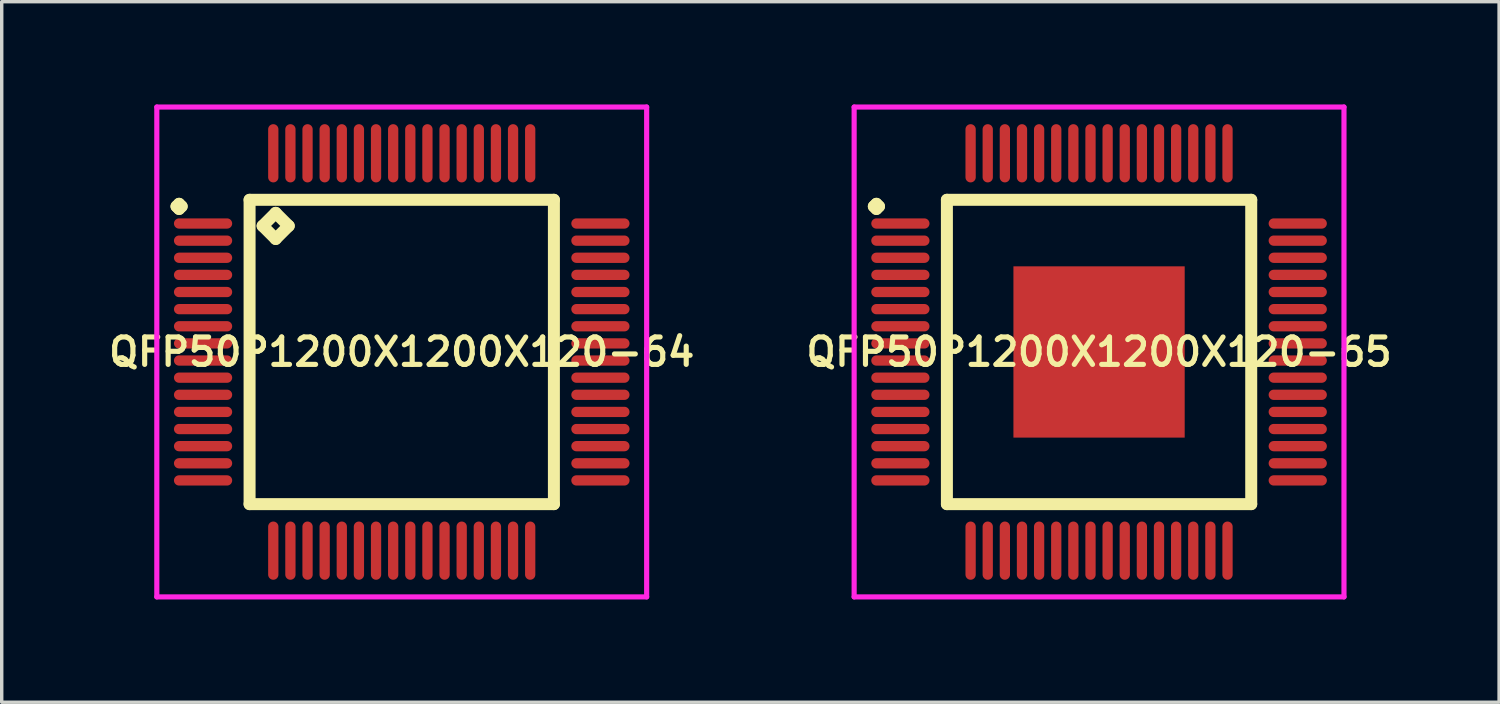
<source format=kicad_pcb>
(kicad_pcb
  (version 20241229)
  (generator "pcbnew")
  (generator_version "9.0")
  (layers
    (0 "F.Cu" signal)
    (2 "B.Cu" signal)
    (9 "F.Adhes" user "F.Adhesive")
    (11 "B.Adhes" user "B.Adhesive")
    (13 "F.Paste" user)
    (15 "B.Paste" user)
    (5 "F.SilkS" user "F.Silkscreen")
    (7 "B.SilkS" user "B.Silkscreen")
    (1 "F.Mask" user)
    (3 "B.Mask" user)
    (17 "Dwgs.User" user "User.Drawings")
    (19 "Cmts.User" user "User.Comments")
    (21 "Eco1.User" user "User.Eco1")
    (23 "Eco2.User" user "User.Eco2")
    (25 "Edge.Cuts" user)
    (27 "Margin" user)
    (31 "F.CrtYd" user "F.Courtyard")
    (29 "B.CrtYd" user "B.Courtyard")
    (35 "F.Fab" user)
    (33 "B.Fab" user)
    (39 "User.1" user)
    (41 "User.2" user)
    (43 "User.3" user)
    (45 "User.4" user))
  (footprint "QFP50P1200X1200X120-65"
    (layer "F.Cu")
    (at 29.035 7.225)
    (property "Reference" "QFP50P1200X1200X120-65" (at 0 0 0) (layer "F.SilkS") (effects (font (size 0.8 0.8) (thickness 0.15))))
    (attr smd)
    (fp_line (start -6.575 -4.25) (end -6.5 -4.325) (stroke (width 0.35) (type solid)) (layer "F.SilkS"))
    (fp_line (start -6.5 -4.325) (end -6.425 -4.25) (stroke (width 0.35) (type solid)) (layer "F.SilkS"))
    (fp_line (start -6.5 -4.175) (end -6.575 -4.25) (stroke (width 0.35) (type solid)) (layer "F.SilkS"))
    (fp_line (start -6.425 -4.25) (end -6.5 -4.175) (stroke (width 0.35) (type solid)) (layer "F.SilkS"))
    (fp_line (start -4.442 -4.442) (end -4.442 4.442) (stroke (width 0.35) (type solid)) (layer "F.SilkS"))
    (fp_line (start -4.442 4.442) (end 4.442 4.442) (stroke (width 0.35) (type solid)) (layer "F.SilkS"))
    (fp_line (start 4.442 -4.442) (end -4.442 -4.442) (stroke (width 0.35) (type solid)) (layer "F.SilkS"))
    (fp_line (start 4.442 4.442) (end 4.442 -4.442) (stroke (width 0.35) (type solid)) (layer "F.SilkS"))
    (fp_line (start -7.15 -7.15) (end 7.15 -7.15) (stroke (width 0.15) (type solid)) (layer "F.CrtYd"))
    (fp_line (start -7.15 7.15) (end -7.15 -7.15) (stroke (width 0.15) (type solid)) (layer "F.CrtYd"))
    (fp_line (start 7.15 -7.15) (end 7.15 7.15) (stroke (width 0.15) (type solid)) (layer "F.CrtYd"))
    (fp_line (start 7.15 7.15) (end -7.15 7.15) (stroke (width 0.15) (type solid)) (layer "F.CrtYd"))
    (pad "1" smd oval (at -5.8 -3.75) (size 1.7 0.3) (layers "F.Cu" "F.Mask" "F.Paste"))
    (pad "2" smd oval (at -5.8 -3.25) (size 1.7 0.3) (layers "F.Cu" "F.Mask" "F.Paste"))
    (pad "3" smd oval (at -5.8 -2.75) (size 1.7 0.3) (layers "F.Cu" "F.Mask" "F.Paste"))
    (pad "4" smd oval (at -5.8 -2.25) (size 1.7 0.3) (layers "F.Cu" "F.Mask" "F.Paste"))
    (pad "5" smd oval (at -5.8 -1.75) (size 1.7 0.3) (layers "F.Cu" "F.Mask" "F.Paste"))
    (pad "6" smd oval (at -5.8 -1.25) (size 1.7 0.3) (layers "F.Cu" "F.Mask" "F.Paste"))
    (pad "7" smd oval (at -5.8 -0.75) (size 1.7 0.3) (layers "F.Cu" "F.Mask" "F.Paste"))
    (pad "8" smd oval (at -5.8 -0.25) (size 1.7 0.3) (layers "F.Cu" "F.Mask" "F.Paste"))
    (pad "9" smd oval (at -5.8 0.25) (size 1.7 0.3) (layers "F.Cu" "F.Mask" "F.Paste"))
    (pad "10" smd oval (at -5.8 0.75) (size 1.7 0.3) (layers "F.Cu" "F.Mask" "F.Paste"))
    (pad "11" smd oval (at -5.8 1.25) (size 1.7 0.3) (layers "F.Cu" "F.Mask" "F.Paste"))
    (pad "12" smd oval (at -5.8 1.75) (size 1.7 0.3) (layers "F.Cu" "F.Mask" "F.Paste"))
    (pad "13" smd oval (at -5.8 2.25) (size 1.7 0.3) (layers "F.Cu" "F.Mask" "F.Paste"))
    (pad "14" smd oval (at -5.8 2.75) (size 1.7 0.3) (layers "F.Cu" "F.Mask" "F.Paste"))
    (pad "15" smd oval (at -5.8 3.25) (size 1.7 0.3) (layers "F.Cu" "F.Mask" "F.Paste"))
    (pad "16" smd oval (at -5.8 3.75) (size 1.7 0.3) (layers "F.Cu" "F.Mask" "F.Paste"))
    (pad "17" smd oval (at -3.75 5.8) (size 0.3 1.7) (layers "F.Cu" "F.Mask" "F.Paste"))
    (pad "18" smd oval (at -3.25 5.8) (size 0.3 1.7) (layers "F.Cu" "F.Mask" "F.Paste"))
    (pad "19" smd oval (at -2.75 5.8) (size 0.3 1.7) (layers "F.Cu" "F.Mask" "F.Paste"))
    (pad "20" smd oval (at -2.25 5.8) (size 0.3 1.7) (layers "F.Cu" "F.Mask" "F.Paste"))
    (pad "21" smd oval (at -1.75 5.8) (size 0.3 1.7) (layers "F.Cu" "F.Mask" "F.Paste"))
    (pad "22" smd oval (at -1.25 5.8) (size 0.3 1.7) (layers "F.Cu" "F.Mask" "F.Paste"))
    (pad "23" smd oval (at -0.75 5.8) (size 0.3 1.7) (layers "F.Cu" "F.Mask" "F.Paste"))
    (pad "24" smd oval (at -0.25 5.8) (size 0.3 1.7) (layers "F.Cu" "F.Mask" "F.Paste"))
    (pad "25" smd oval (at 0.25 5.8) (size 0.3 1.7) (layers "F.Cu" "F.Mask" "F.Paste"))
    (pad "26" smd oval (at 0.75 5.8) (size 0.3 1.7) (layers "F.Cu" "F.Mask" "F.Paste"))
    (pad "27" smd oval (at 1.25 5.8) (size 0.3 1.7) (layers "F.Cu" "F.Mask" "F.Paste"))
    (pad "28" smd oval (at 1.75 5.8) (size 0.3 1.7) (layers "F.Cu" "F.Mask" "F.Paste"))
    (pad "29" smd oval (at 2.25 5.8) (size 0.3 1.7) (layers "F.Cu" "F.Mask" "F.Paste"))
    (pad "30" smd oval (at 2.75 5.8) (size 0.3 1.7) (layers "F.Cu" "F.Mask" "F.Paste"))
    (pad "31" smd oval (at 3.25 5.8) (size 0.3 1.7) (layers "F.Cu" "F.Mask" "F.Paste"))
    (pad "32" smd oval (at 3.75 5.8) (size 0.3 1.7) (layers "F.Cu" "F.Mask" "F.Paste"))
    (pad "33" smd oval (at 5.8 3.75) (size 1.7 0.3) (layers "F.Cu" "F.Mask" "F.Paste"))
    (pad "34" smd oval (at 5.8 3.25) (size 1.7 0.3) (layers "F.Cu" "F.Mask" "F.Paste"))
    (pad "35" smd oval (at 5.8 2.75) (size 1.7 0.3) (layers "F.Cu" "F.Mask" "F.Paste"))
    (pad "36" smd oval (at 5.8 2.25) (size 1.7 0.3) (layers "F.Cu" "F.Mask" "F.Paste"))
    (pad "37" smd oval (at 5.8 1.75) (size 1.7 0.3) (layers "F.Cu" "F.Mask" "F.Paste"))
    (pad "38" smd oval (at 5.8 1.25) (size 1.7 0.3) (layers "F.Cu" "F.Mask" "F.Paste"))
    (pad "39" smd oval (at 5.8 0.75) (size 1.7 0.3) (layers "F.Cu" "F.Mask" "F.Paste"))
    (pad "40" smd oval (at 5.8 0.25) (size 1.7 0.3) (layers "F.Cu" "F.Mask" "F.Paste"))
    (pad "41" smd oval (at 5.8 -0.25) (size 1.7 0.3) (layers "F.Cu" "F.Mask" "F.Paste"))
    (pad "42" smd oval (at 5.8 -0.75) (size 1.7 0.3) (layers "F.Cu" "F.Mask" "F.Paste"))
    (pad "43" smd oval (at 5.8 -1.25) (size 1.7 0.3) (layers "F.Cu" "F.Mask" "F.Paste"))
    (pad "44" smd oval (at 5.8 -1.75) (size 1.7 0.3) (layers "F.Cu" "F.Mask" "F.Paste"))
    (pad "45" smd oval (at 5.8 -2.25) (size 1.7 0.3) (layers "F.Cu" "F.Mask" "F.Paste"))
    (pad "46" smd oval (at 5.8 -2.75) (size 1.7 0.3) (layers "F.Cu" "F.Mask" "F.Paste"))
    (pad "47" smd oval (at 5.8 -3.25) (size 1.7 0.3) (layers "F.Cu" "F.Mask" "F.Paste"))
    (pad "48" smd oval (at 5.8 -3.75) (size 1.7 0.3) (layers "F.Cu" "F.Mask" "F.Paste"))
    (pad "49" smd oval (at 3.75 -5.8) (size 0.3 1.7) (layers "F.Cu" "F.Mask" "F.Paste"))
    (pad "50" smd oval (at 3.25 -5.8) (size 0.3 1.7) (layers "F.Cu" "F.Mask" "F.Paste"))
    (pad "51" smd oval (at 2.75 -5.8) (size 0.3 1.7) (layers "F.Cu" "F.Mask" "F.Paste"))
    (pad "52" smd oval (at 2.25 -5.8) (size 0.3 1.7) (layers "F.Cu" "F.Mask" "F.Paste"))
    (pad "53" smd oval (at 1.75 -5.8) (size 0.3 1.7) (layers "F.Cu" "F.Mask" "F.Paste"))
    (pad "54" smd oval (at 1.25 -5.8) (size 0.3 1.7) (layers "F.Cu" "F.Mask" "F.Paste"))
    (pad "55" smd oval (at 0.75 -5.8) (size 0.3 1.7) (layers "F.Cu" "F.Mask" "F.Paste"))
    (pad "56" smd oval (at 0.25 -5.8) (size 0.3 1.7) (layers "F.Cu" "F.Mask" "F.Paste"))
    (pad "57" smd oval (at -0.25 -5.8) (size 0.3 1.7) (layers "F.Cu" "F.Mask" "F.Paste"))
    (pad "58" smd oval (at -0.75 -5.8) (size 0.3 1.7) (layers "F.Cu" "F.Mask" "F.Paste"))
    (pad "59" smd oval (at -1.25 -5.8) (size 0.3 1.7) (layers "F.Cu" "F.Mask" "F.Paste"))
    (pad "60" smd oval (at -1.75 -5.8) (size 0.3 1.7) (layers "F.Cu" "F.Mask" "F.Paste"))
    (pad "61" smd oval (at -2.25 -5.8) (size 0.3 1.7) (layers "F.Cu" "F.Mask" "F.Paste"))
    (pad "62" smd oval (at -2.75 -5.8) (size 0.3 1.7) (layers "F.Cu" "F.Mask" "F.Paste"))
    (pad "63" smd oval (at -3.25 -5.8) (size 0.3 1.7) (layers "F.Cu" "F.Mask" "F.Paste"))
    (pad "64" smd oval (at -3.75 -5.8) (size 0.3 1.7) (layers "F.Cu" "F.Mask" "F.Paste"))
    (pad "65" smd rect (at 0 0) (size 5 5) (layers "F.Cu" "F.Mask" "F.Paste")))
  (footprint "QFP50P1200X1200X120-64"
    (layer "F.Cu")
    (at 8.678 7.225)
    (property "Reference" "QFP50P1200X1200X120-64" (at 0 0 0) (layer "F.SilkS") (effects (font (size 0.8 0.8) (thickness 0.15))))
    (attr smd)
    (fp_line (start -6.575 -4.25) (end -6.5 -4.325) (stroke (width 0.35) (type solid)) (layer "F.SilkS"))
    (fp_line (start -6.5 -4.325) (end -6.425 -4.25) (stroke (width 0.35) (type solid)) (layer "F.SilkS"))
    (fp_line (start -6.5 -4.175) (end -6.575 -4.25) (stroke (width 0.35) (type solid)) (layer "F.SilkS"))
    (fp_line (start -6.425 -4.25) (end -6.5 -4.175) (stroke (width 0.35) (type solid)) (layer "F.SilkS"))
    (fp_line (start -4.442 -4.442) (end -4.442 4.442) (stroke (width 0.35) (type solid)) (layer "F.SilkS"))
    (fp_line (start -4.442 4.442) (end 4.442 4.442) (stroke (width 0.35) (type solid)) (layer "F.SilkS"))
    (fp_line (start -4.061 -3.68) (end -3.68 -4.061) (stroke (width 0.35) (type solid)) (layer "F.SilkS"))
    (fp_line (start -3.68 -4.061) (end -3.299 -3.68) (stroke (width 0.35) (type solid)) (layer "F.SilkS"))
    (fp_line (start -3.68 -3.299) (end -4.061 -3.68) (stroke (width 0.35) (type solid)) (layer "F.SilkS"))
    (fp_line (start -3.299 -3.68) (end -3.68 -3.299) (stroke (width 0.35) (type solid)) (layer "F.SilkS"))
    (fp_line (start 4.442 -4.442) (end -4.442 -4.442) (stroke (width 0.35) (type solid)) (layer "F.SilkS"))
    (fp_line (start 4.442 4.442) (end 4.442 -4.442) (stroke (width 0.35) (type solid)) (layer "F.SilkS"))
    (fp_line (start -7.15 -7.15) (end 7.15 -7.15) (stroke (width 0.15) (type solid)) (layer "F.CrtYd"))
    (fp_line (start -7.15 7.15) (end -7.15 -7.15) (stroke (width 0.15) (type solid)) (layer "F.CrtYd"))
    (fp_line (start 7.15 -7.15) (end 7.15 7.15) (stroke (width 0.15) (type solid)) (layer "F.CrtYd"))
    (fp_line (start 7.15 7.15) (end -7.15 7.15) (stroke (width 0.15) (type solid)) (layer "F.CrtYd"))
    (pad "1" smd oval (at -5.8 -3.75) (size 1.7 0.3) (layers "F.Cu" "F.Mask" "F.Paste"))
    (pad "2" smd oval (at -5.8 -3.25) (size 1.7 0.3) (layers "F.Cu" "F.Mask" "F.Paste"))
    (pad "3" smd oval (at -5.8 -2.75) (size 1.7 0.3) (layers "F.Cu" "F.Mask" "F.Paste"))
    (pad "4" smd oval (at -5.8 -2.25) (size 1.7 0.3) (layers "F.Cu" "F.Mask" "F.Paste"))
    (pad "5" smd oval (at -5.8 -1.75) (size 1.7 0.3) (layers "F.Cu" "F.Mask" "F.Paste"))
    (pad "6" smd oval (at -5.8 -1.25) (size 1.7 0.3) (layers "F.Cu" "F.Mask" "F.Paste"))
    (pad "7" smd oval (at -5.8 -0.75) (size 1.7 0.3) (layers "F.Cu" "F.Mask" "F.Paste"))
    (pad "8" smd oval (at -5.8 -0.25) (size 1.7 0.3) (layers "F.Cu" "F.Mask" "F.Paste"))
    (pad "9" smd oval (at -5.8 0.25) (size 1.7 0.3) (layers "F.Cu" "F.Mask" "F.Paste"))
    (pad "10" smd oval (at -5.8 0.75) (size 1.7 0.3) (layers "F.Cu" "F.Mask" "F.Paste"))
    (pad "11" smd oval (at -5.8 1.25) (size 1.7 0.3) (layers "F.Cu" "F.Mask" "F.Paste"))
    (pad "12" smd oval (at -5.8 1.75) (size 1.7 0.3) (layers "F.Cu" "F.Mask" "F.Paste"))
    (pad "13" smd oval (at -5.8 2.25) (size 1.7 0.3) (layers "F.Cu" "F.Mask" "F.Paste"))
    (pad "14" smd oval (at -5.8 2.75) (size 1.7 0.3) (layers "F.Cu" "F.Mask" "F.Paste"))
    (pad "15" smd oval (at -5.8 3.25) (size 1.7 0.3) (layers "F.Cu" "F.Mask" "F.Paste"))
    (pad "16" smd oval (at -5.8 3.75) (size 1.7 0.3) (layers "F.Cu" "F.Mask" "F.Paste"))
    (pad "17" smd oval (at -3.75 5.8) (size 0.3 1.7) (layers "F.Cu" "F.Mask" "F.Paste"))
    (pad "18" smd oval (at -3.25 5.8) (size 0.3 1.7) (layers "F.Cu" "F.Mask" "F.Paste"))
    (pad "19" smd oval (at -2.75 5.8) (size 0.3 1.7) (layers "F.Cu" "F.Mask" "F.Paste"))
    (pad "20" smd oval (at -2.25 5.8) (size 0.3 1.7) (layers "F.Cu" "F.Mask" "F.Paste"))
    (pad "21" smd oval (at -1.75 5.8) (size 0.3 1.7) (layers "F.Cu" "F.Mask" "F.Paste"))
    (pad "22" smd oval (at -1.25 5.8) (size 0.3 1.7) (layers "F.Cu" "F.Mask" "F.Paste"))
    (pad "23" smd oval (at -0.75 5.8) (size 0.3 1.7) (layers "F.Cu" "F.Mask" "F.Paste"))
    (pad "24" smd oval (at -0.25 5.8) (size 0.3 1.7) (layers "F.Cu" "F.Mask" "F.Paste"))
    (pad "25" smd oval (at 0.25 5.8) (size 0.3 1.7) (layers "F.Cu" "F.Mask" "F.Paste"))
    (pad "26" smd oval (at 0.75 5.8) (size 0.3 1.7) (layers "F.Cu" "F.Mask" "F.Paste"))
    (pad "27" smd oval (at 1.25 5.8) (size 0.3 1.7) (layers "F.Cu" "F.Mask" "F.Paste"))
    (pad "28" smd oval (at 1.75 5.8) (size 0.3 1.7) (layers "F.Cu" "F.Mask" "F.Paste"))
    (pad "29" smd oval (at 2.25 5.8) (size 0.3 1.7) (layers "F.Cu" "F.Mask" "F.Paste"))
    (pad "30" smd oval (at 2.75 5.8) (size 0.3 1.7) (layers "F.Cu" "F.Mask" "F.Paste"))
    (pad "31" smd oval (at 3.25 5.8) (size 0.3 1.7) (layers "F.Cu" "F.Mask" "F.Paste"))
    (pad "32" smd oval (at 3.75 5.8) (size 0.3 1.7) (layers "F.Cu" "F.Mask" "F.Paste"))
    (pad "33" smd oval (at 5.8 3.75) (size 1.7 0.3) (layers "F.Cu" "F.Mask" "F.Paste"))
    (pad "34" smd oval (at 5.8 3.25) (size 1.7 0.3) (layers "F.Cu" "F.Mask" "F.Paste"))
    (pad "35" smd oval (at 5.8 2.75) (size 1.7 0.3) (layers "F.Cu" "F.Mask" "F.Paste"))
    (pad "36" smd oval (at 5.8 2.25) (size 1.7 0.3) (layers "F.Cu" "F.Mask" "F.Paste"))
    (pad "37" smd oval (at 5.8 1.75) (size 1.7 0.3) (layers "F.Cu" "F.Mask" "F.Paste"))
    (pad "38" smd oval (at 5.8 1.25) (size 1.7 0.3) (layers "F.Cu" "F.Mask" "F.Paste"))
    (pad "39" smd oval (at 5.8 0.75) (size 1.7 0.3) (layers "F.Cu" "F.Mask" "F.Paste"))
    (pad "40" smd oval (at 5.8 0.25) (size 1.7 0.3) (layers "F.Cu" "F.Mask" "F.Paste"))
    (pad "41" smd oval (at 5.8 -0.25) (size 1.7 0.3) (layers "F.Cu" "F.Mask" "F.Paste"))
    (pad "42" smd oval (at 5.8 -0.75) (size 1.7 0.3) (layers "F.Cu" "F.Mask" "F.Paste"))
    (pad "43" smd oval (at 5.8 -1.25) (size 1.7 0.3) (layers "F.Cu" "F.Mask" "F.Paste"))
    (pad "44" smd oval (at 5.8 -1.75) (size 1.7 0.3) (layers "F.Cu" "F.Mask" "F.Paste"))
    (pad "45" smd oval (at 5.8 -2.25) (size 1.7 0.3) (layers "F.Cu" "F.Mask" "F.Paste"))
    (pad "46" smd oval (at 5.8 -2.75) (size 1.7 0.3) (layers "F.Cu" "F.Mask" "F.Paste"))
    (pad "47" smd oval (at 5.8 -3.25) (size 1.7 0.3) (layers "F.Cu" "F.Mask" "F.Paste"))
    (pad "48" smd oval (at 5.8 -3.75) (size 1.7 0.3) (layers "F.Cu" "F.Mask" "F.Paste"))
    (pad "49" smd oval (at 3.75 -5.8) (size 0.3 1.7) (layers "F.Cu" "F.Mask" "F.Paste"))
    (pad "50" smd oval (at 3.25 -5.8) (size 0.3 1.7) (layers "F.Cu" "F.Mask" "F.Paste"))
    (pad "51" smd oval (at 2.75 -5.8) (size 0.3 1.7) (layers "F.Cu" "F.Mask" "F.Paste"))
    (pad "52" smd oval (at 2.25 -5.8) (size 0.3 1.7) (layers "F.Cu" "F.Mask" "F.Paste"))
    (pad "53" smd oval (at 1.75 -5.8) (size 0.3 1.7) (layers "F.Cu" "F.Mask" "F.Paste"))
    (pad "54" smd oval (at 1.25 -5.8) (size 0.3 1.7) (layers "F.Cu" "F.Mask" "F.Paste"))
    (pad "55" smd oval (at 0.75 -5.8) (size 0.3 1.7) (layers "F.Cu" "F.Mask" "F.Paste"))
    (pad "56" smd oval (at 0.25 -5.8) (size 0.3 1.7) (layers "F.Cu" "F.Mask" "F.Paste"))
    (pad "57" smd oval (at -0.25 -5.8) (size 0.3 1.7) (layers "F.Cu" "F.Mask" "F.Paste"))
    (pad "58" smd oval (at -0.75 -5.8) (size 0.3 1.7) (layers "F.Cu" "F.Mask" "F.Paste"))
    (pad "59" smd oval (at -1.25 -5.8) (size 0.3 1.7) (layers "F.Cu" "F.Mask" "F.Paste"))
    (pad "60" smd oval (at -1.75 -5.8) (size 0.3 1.7) (layers "F.Cu" "F.Mask" "F.Paste"))
    (pad "61" smd oval (at -2.25 -5.8) (size 0.3 1.7) (layers "F.Cu" "F.Mask" "F.Paste"))
    (pad "62" smd oval (at -2.75 -5.8) (size 0.3 1.7) (layers "F.Cu" "F.Mask" "F.Paste"))
    (pad "63" smd oval (at -3.25 -5.8) (size 0.3 1.7) (layers "F.Cu" "F.Mask" "F.Paste"))
    (pad "64" smd oval (at -3.75 -5.8) (size 0.3 1.7) (layers "F.Cu" "F.Mask" "F.Paste")))
  (gr_rect
    (start -3 -3)
    (end 40.713 17.45)
    (stroke (width 0.1) (type default))
    (fill no)
    (layer "Edge.Cuts")))
</source>
